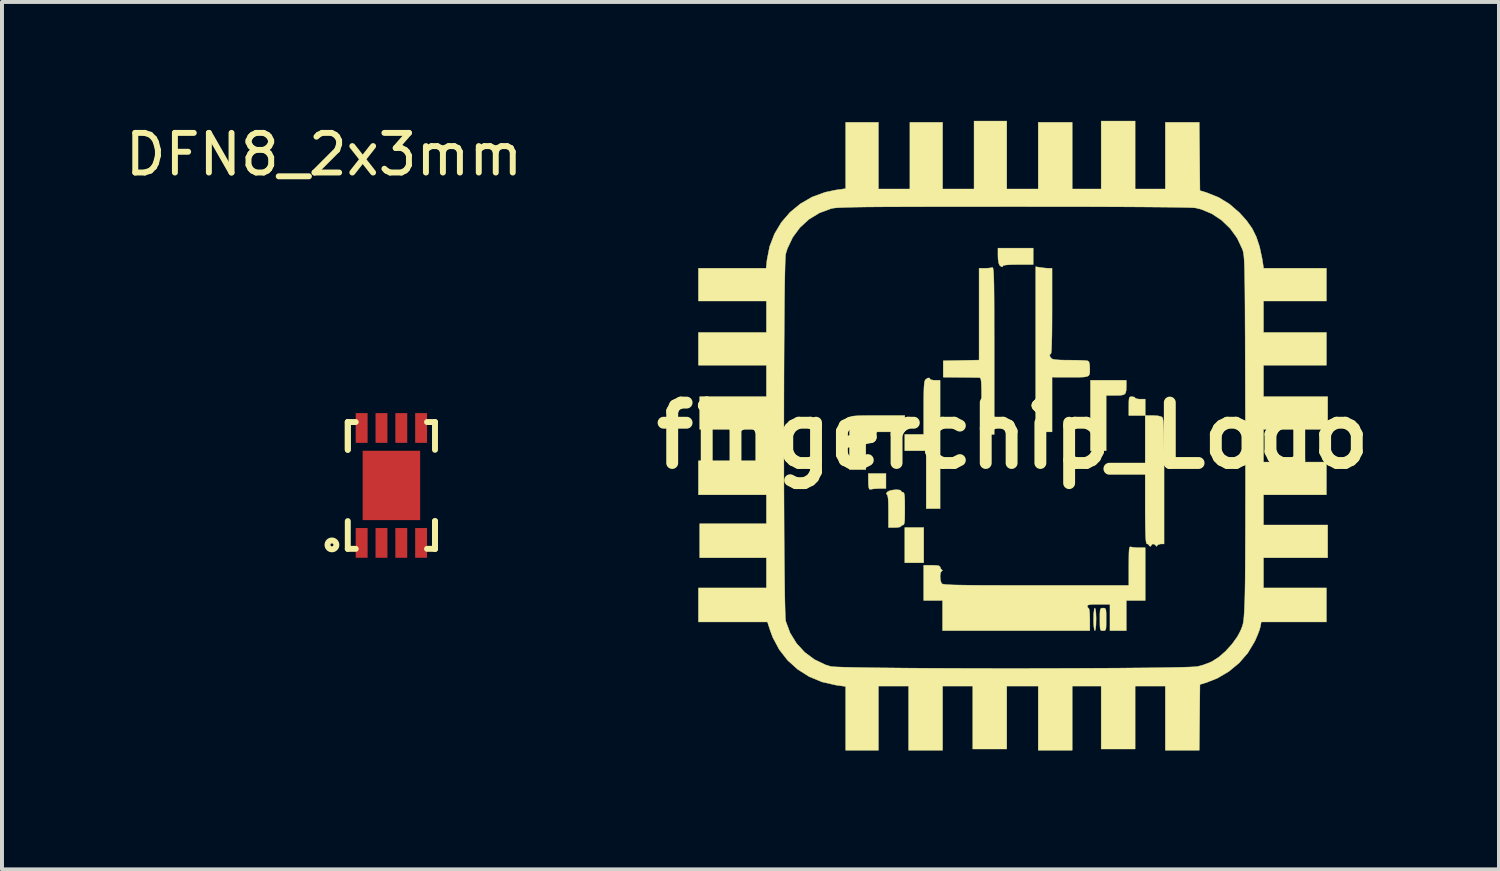
<source format=kicad_pcb>
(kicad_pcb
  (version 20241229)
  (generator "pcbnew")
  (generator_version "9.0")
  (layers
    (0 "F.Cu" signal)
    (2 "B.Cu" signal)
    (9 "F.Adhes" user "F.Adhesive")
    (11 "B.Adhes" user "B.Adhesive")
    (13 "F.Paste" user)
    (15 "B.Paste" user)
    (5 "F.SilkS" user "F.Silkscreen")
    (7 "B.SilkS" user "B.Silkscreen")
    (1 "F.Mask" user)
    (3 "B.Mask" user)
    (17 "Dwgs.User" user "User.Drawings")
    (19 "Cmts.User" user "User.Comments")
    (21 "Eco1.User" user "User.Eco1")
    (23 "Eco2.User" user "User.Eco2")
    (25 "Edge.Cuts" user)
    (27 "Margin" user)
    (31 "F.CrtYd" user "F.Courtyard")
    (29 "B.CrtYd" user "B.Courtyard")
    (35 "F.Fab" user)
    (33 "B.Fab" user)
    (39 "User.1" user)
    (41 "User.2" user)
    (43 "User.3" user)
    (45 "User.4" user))
  (footprint "DFN8_2x3mm"
    (layer "F.Cu")
    (at 6.825 9.198)
    (property "Reference" "DFN8_2x3mm" (at -1.7 -8.35 0) (layer "F.SilkS") (effects (font (size 1 1) (thickness 0.15))))
    (attr through_hole)
    (fp_line (start -1.1 -1.6) (end -1.1 -0.9) (stroke (width 0.15) (type solid)) (layer "F.SilkS"))
    (fp_line (start -1.1 -1.6) (end -1.1 -0.9) (stroke (width 0.15) (type solid)) (layer "F.SilkS"))
    (fp_line (start -1.1 -1.6) (end -0.9 -1.6) (stroke (width 0.15) (type solid)) (layer "F.SilkS"))
    (fp_line (start -1.1 0.9) (end -1.1 1.6) (stroke (width 0.15) (type solid)) (layer "F.SilkS"))
    (fp_line (start -1.1 1.6) (end -0.9 1.6) (stroke (width 0.15) (type solid)) (layer "F.SilkS"))
    (fp_line (start 1.1 -1.6) (end 0.9 -1.6) (stroke (width 0.15) (type solid)) (layer "F.SilkS"))
    (fp_line (start 1.1 -0.9) (end 1.1 -1.6) (stroke (width 0.15) (type solid)) (layer "F.SilkS"))
    (fp_line (start 1.1 1.6) (end 0.9 1.6) (stroke (width 0.15) (type solid)) (layer "F.SilkS"))
    (fp_line (start 1.1 1.6) (end 1.1 0.9) (stroke (width 0.15) (type solid)) (layer "F.SilkS"))
    (fp_line (start 1.1 1.6) (end 1.1 0.9) (stroke (width 0.15) (type solid)) (layer "F.SilkS"))
    (fp_circle (center -1.5 1.5) (end -1.6 1.45) (stroke (width 0.15) (type solid)) (fill no) (layer "F.SilkS"))
    (pad "1" smd rect (at -0.75 1.45) (size 0.3 0.75) (layers "F.Cu" "F.Mask" "F.Paste"))
    (pad "2" smd rect (at -0.25 1.45) (size 0.3 0.75) (layers "F.Cu" "F.Mask" "F.Paste"))
    (pad "3" smd rect (at 0.25 1.45) (size 0.3 0.75) (layers "F.Cu" "F.Mask" "F.Paste"))
    (pad "4" smd rect (at 0.75 1.45) (size 0.3 0.75) (layers "F.Cu" "F.Mask" "F.Paste"))
    (pad "5" smd rect (at 0.75 -1.45) (size 0.3 0.75) (layers "F.Cu" "F.Mask" "F.Paste"))
    (pad "6" smd rect (at 0.25 -1.45) (size 0.3 0.75) (layers "F.Cu" "F.Mask" "F.Paste"))
    (pad "7" smd rect (at -0.25 -1.45) (size 0.3 0.75) (layers "F.Cu" "F.Mask" "F.Paste"))
    (pad "8" smd rect (at -0.75 -1.45) (size 0.3 0.75) (layers "F.Cu" "F.Mask" "F.Paste"))
    (pad "EP" smd rect (at 0 0) (size 1.45 1.75) (layers "F.Cu" "F.Mask" "F.Paste")))
  (footprint "fingerchip_Logo"
    (layer "F.Cu")
    (at 22.51 7.942)
    (property "Reference" "fingerchip_Logo" (at 0 0 0) (layer "F.SilkS") (effects (font (size 1.524 1.524) (thickness 0.3))))
    (attr through_hole)
    (fp_poly (pts (xy -2.254 3.207) (xy -2.731 3.207) (xy -2.731 2.318) (xy -2.254 2.318) (xy -2.254 3.207)) (stroke (width 0.01) (type solid)) (fill yes) (layer "F.SilkS"))
    (fp_poly (pts (xy 2.857 -1.257) (xy 2.854 -1.141) (xy 2.836 -1.07) (xy 2.791 -1.032) (xy 2.707 -1.018) (xy 2.584 -1.016) (xy 2.349 -1.016) (xy 2.349 0.381) (xy 1.953 0.381) (xy 1.953 -1.397) (xy 2.857 -1.397) (xy 2.857 -1.257)) (stroke (width 0.01) (type solid)) (fill yes) (layer "F.SilkS"))
    (fp_poly (pts (xy -3.207 1.333) (xy -3.363 1.333) (xy -3.464 1.337) (xy -3.541 1.345) (xy -3.563 1.35) (xy -3.616 1.353) (xy -3.629 1.345) (xy -3.641 1.304) (xy -3.649 1.219) (xy -3.651 1.138) (xy -3.651 0.953) (xy -3.207 0.953) (xy -3.207 1.333)) (stroke (width 0.01) (type solid)) (fill yes) (layer "F.SilkS"))
    (fp_poly (pts (xy 0.508 -4.318) (xy 0.127 -4.318) (xy -0.04 -4.315) (xy -0.164 -4.308) (xy -0.237 -4.297) (xy -0.254 -4.286) (xy -0.271 -4.257) (xy -0.314 -4.276) (xy -0.341 -4.302) (xy -0.363 -4.358) (xy -0.378 -4.456) (xy -0.381 -4.539) (xy -0.381 -4.731) (xy 0.508 -4.731) (xy 0.508 -4.318)) (stroke (width 0.01) (type solid)) (fill yes) (layer "F.SilkS"))
    (fp_poly (pts (xy 3.06 -0.973) (xy 3.08 -0.953) (xy 3.108 -0.933) (xy 3.178 -0.922) (xy 3.207 -0.921) (xy 3.334 -0.921) (xy 3.334 -0.508) (xy 2.921 -0.508) (xy 2.921 -0.746) (xy 2.922 -0.867) (xy 2.928 -0.938) (xy 2.943 -0.972) (xy 2.972 -0.983) (xy 3 -0.984) (xy 3.06 -0.973)) (stroke (width 0.01) (type solid)) (fill yes) (layer "F.SilkS"))
    (fp_poly (pts (xy 2.079 4.38) (xy 2.09 4.463) (xy 2.095 4.588) (xy 2.095 4.636) (xy 2.092 4.772) (xy 2.083 4.87) (xy 2.069 4.918) (xy 2.064 4.921) (xy 2.049 4.891) (xy 2.038 4.808) (xy 2.032 4.683) (xy 2.032 4.636) (xy 2.035 4.499) (xy 2.045 4.401) (xy 2.058 4.353) (xy 2.064 4.35) (xy 2.079 4.38)) (stroke (width 0.01) (type solid)) (fill yes) (layer "F.SilkS"))
    (fp_poly (pts (xy -2.731 -0.095) (xy -3.715 -0.095) (xy -3.715 0.857) (xy -4.128 0.857) (xy -4.128 0.225) (xy -4.127 0.028) (xy -4.124 -0.149) (xy -4.12 -0.295) (xy -4.115 -0.401) (xy -4.109 -0.455) (xy -4.108 -0.458) (xy -4.095 -0.475) (xy -4.064 -0.487) (xy -4.008 -0.496) (xy -3.919 -0.502) (xy -3.789 -0.506) (xy -3.609 -0.508) (xy -3.41 -0.508) (xy -2.731 -0.508) (xy -2.731 -0.095)) (stroke (width 0.01) (type solid)) (fill yes) (layer "F.SilkS"))
    (fp_poly (pts (xy -2.095 -1.429) (xy -2.067 -1.409) (xy -1.997 -1.398) (xy -1.968 -1.397) (xy -1.841 -1.397) (xy -1.841 1.841) (xy -2.191 1.841) (xy -2.191 0.381) (xy -2.731 0.381) (xy -2.731 -0.032) (xy -2.254 -0.032) (xy -2.254 -0.701) (xy -2.253 -0.934) (xy -2.251 -1.11) (xy -2.246 -1.239) (xy -2.238 -1.327) (xy -2.226 -1.383) (xy -2.211 -1.413) (xy -2.209 -1.415) (xy -2.152 -1.454) (xy -2.108 -1.455) (xy -2.095 -1.429)) (stroke (width 0.01) (type solid)) (fill yes) (layer "F.SilkS"))
    (fp_poly (pts (xy 2.308 4.352) (xy 2.331 4.367) (xy 2.344 4.407) (xy 2.349 4.484) (xy 2.349 4.61) (xy 2.349 4.636) (xy 2.349 4.771) (xy 2.345 4.855) (xy 2.334 4.9) (xy 2.312 4.918) (xy 2.277 4.921) (xy 2.27 4.921) (xy 2.233 4.919) (xy 2.209 4.904) (xy 2.197 4.864) (xy 2.192 4.787) (xy 2.191 4.661) (xy 2.191 4.636) (xy 2.191 4.5) (xy 2.196 4.416) (xy 2.207 4.371) (xy 2.228 4.353) (xy 2.263 4.35) (xy 2.27 4.35) (xy 2.308 4.352)) (stroke (width 0.01) (type solid)) (fill yes) (layer "F.SilkS"))
    (fp_poly (pts (xy -2.868 1.37) (xy -2.828 1.389) (xy -2.826 1.397) (xy -2.8 1.425) (xy -2.778 1.429) (xy -2.758 1.438) (xy -2.745 1.472) (xy -2.736 1.54) (xy -2.732 1.651) (xy -2.731 1.815) (xy -2.731 1.841) (xy -2.732 2.013) (xy -2.735 2.131) (xy -2.743 2.204) (xy -2.756 2.242) (xy -2.775 2.254) (xy -2.778 2.254) (xy -2.82 2.271) (xy -2.826 2.286) (xy -2.854 2.304) (xy -2.927 2.316) (xy -2.985 2.318) (xy -3.143 2.318) (xy -3.143 1.908) (xy -3.145 1.723) (xy -3.151 1.596) (xy -3.163 1.519) (xy -3.179 1.486) (xy -3.183 1.484) (xy -3.201 1.461) (xy -3.169 1.418) (xy -3.115 1.39) (xy -3.033 1.371) (xy -2.944 1.364) (xy -2.868 1.37)) (stroke (width 0.01) (type solid)) (fill yes) (layer "F.SilkS"))
    (fp_poly (pts (xy -0.516 -4.241) (xy -0.508 -4.229) (xy -0.501 -4.199) (xy -0.495 -4.148) (xy -0.49 -4.072) (xy -0.486 -3.967) (xy -0.482 -3.827) (xy -0.48 -3.648) (xy -0.478 -3.427) (xy -0.477 -3.159) (xy -0.477 -2.839) (xy -0.476 -2.463) (xy -0.476 -2.147) (xy -0.476 -0.032) (xy -0.794 -0.032) (xy -0.794 -0.746) (xy -0.794 -0.978) (xy -0.795 -1.153) (xy -0.799 -1.281) (xy -0.804 -1.368) (xy -0.812 -1.422) (xy -0.824 -1.451) (xy -0.839 -1.463) (xy -0.849 -1.465) (xy -0.901 -1.466) (xy -1.002 -1.468) (xy -1.139 -1.47) (xy -1.299 -1.472) (xy -1.333 -1.472) (xy -1.762 -1.476) (xy -1.762 -1.889) (xy -1.31 -1.898) (xy -0.857 -1.907) (xy -0.857 -4.223) (xy -0.717 -4.223) (xy -0.619 -4.227) (xy -0.542 -4.238) (xy -0.526 -4.242) (xy -0.516 -4.241)) (stroke (width 0.01) (type solid)) (fill yes) (layer "F.SilkS"))
    (fp_poly (pts (xy 0.691 -4.243) (xy 0.796 -4.23) (xy 0.891 -4.223) (xy 0.897 -4.223) (xy 0.984 -4.223) (xy 0.984 -3.143) (xy 0.983 -2.821) (xy 0.981 -2.553) (xy 0.976 -2.342) (xy 0.97 -2.188) (xy 0.962 -2.095) (xy 0.953 -2.064) (xy 0.953 -2.064) (xy 0.923 -2.043) (xy 0.933 -1.994) (xy 0.966 -1.95) (xy 1.002 -1.93) (xy 1.07 -1.917) (xy 1.179 -1.909) (xy 1.338 -1.905) (xy 1.424 -1.905) (xy 1.583 -1.904) (xy 1.722 -1.9) (xy 1.827 -1.894) (xy 1.883 -1.887) (xy 1.887 -1.886) (xy 1.917 -1.856) (xy 1.933 -1.787) (xy 1.937 -1.683) (xy 1.936 -1.608) (xy 1.93 -1.553) (xy 1.908 -1.515) (xy 1.862 -1.492) (xy 1.784 -1.479) (xy 1.665 -1.475) (xy 1.496 -1.474) (xy 1.373 -1.475) (xy 0.984 -1.476) (xy 0.984 -0.786) (xy 0.984 -0.095) (xy 0.572 -0.095) (xy 0.572 -4.263) (xy 0.691 -4.243)) (stroke (width 0.01) (type solid)) (fill yes) (layer "F.SilkS"))
    (fp_poly (pts (xy 3.665 -0.499) (xy 3.75 -0.474) (xy 3.765 -0.463) (xy 3.775 -0.444) (xy 3.784 -0.407) (xy 3.791 -0.346) (xy 3.797 -0.258) (xy 3.802 -0.136) (xy 3.805 0.025) (xy 3.807 0.228) (xy 3.809 0.48) (xy 3.81 0.786) (xy 3.81 1.149) (xy 3.81 1.157) (xy 3.81 2.731) (xy 3.733 2.731) (xy 3.667 2.745) (xy 3.638 2.77) (xy 3.617 2.794) (xy 3.601 2.77) (xy 3.564 2.738) (xy 3.518 2.733) (xy 3.493 2.759) (xy 3.493 2.762) (xy 3.468 2.793) (xy 3.461 2.794) (xy 3.43 2.77) (xy 3.429 2.762) (xy 3.403 2.734) (xy 3.381 2.731) (xy 3.371 2.724) (xy 3.362 2.703) (xy 3.354 2.661) (xy 3.348 2.594) (xy 3.343 2.496) (xy 3.34 2.364) (xy 3.337 2.191) (xy 3.335 1.973) (xy 3.334 1.705) (xy 3.334 1.382) (xy 3.334 1.111) (xy 3.334 -0.508) (xy 3.527 -0.508) (xy 3.665 -0.499)) (stroke (width 0.01) (type solid)) (fill yes) (layer "F.SilkS"))
    (fp_poly (pts (xy 2.971 2.806) (xy 2.971 2.806) (xy 3.032 2.818) (xy 3.127 2.825) (xy 3.178 2.826) (xy 3.334 2.826) (xy 3.334 4.159) (xy 2.857 4.159) (xy 2.857 4.921) (xy 2.445 4.921) (xy 2.445 4.255) (xy 2.159 4.255) (xy 2.02 4.256) (xy 1.933 4.263) (xy 1.888 4.277) (xy 1.873 4.299) (xy 1.873 4.302) (xy 1.89 4.344) (xy 1.905 4.35) (xy 1.92 4.38) (xy 1.931 4.463) (xy 1.936 4.588) (xy 1.937 4.636) (xy 1.937 4.921) (xy -1.778 4.921) (xy -1.778 4.159) (xy -2.254 4.159) (xy -2.254 3.27) (xy -2.048 3.27) (xy -1.93 3.274) (xy -1.865 3.286) (xy -1.842 3.309) (xy -1.841 3.315) (xy -1.817 3.368) (xy -1.802 3.379) (xy -1.778 3.4) (xy -1.802 3.416) (xy -1.829 3.459) (xy -1.84 3.538) (xy -1.835 3.629) (xy -1.814 3.706) (xy -1.796 3.733) (xy -1.78 3.742) (xy -1.747 3.749) (xy -1.693 3.756) (xy -1.614 3.761) (xy -1.506 3.766) (xy -1.365 3.769) (xy -1.187 3.772) (xy -0.967 3.775) (xy -0.702 3.776) (xy -0.387 3.777) (xy -0.018 3.778) (xy 0.408 3.778) (xy 0.585 3.778) (xy 2.921 3.778) (xy 2.921 3.283) (xy 2.922 3.095) (xy 2.924 2.961) (xy 2.929 2.875) (xy 2.938 2.825) (xy 2.952 2.806) (xy 2.971 2.806)) (stroke (width 0.01) (type solid)) (fill yes) (layer "F.SilkS"))
    (fp_poly (pts (xy -0.159 -6.223) (xy 0.635 -6.223) (xy 0.635 -7.906) (xy 1.492 -7.906) (xy 1.492 -6.223) (xy 2.223 -6.223) (xy 2.223 -7.938) (xy 3.08 -7.938) (xy 3.08 -6.223) (xy 3.842 -6.223) (xy 3.842 -7.906) (xy 4.698 -7.906) (xy 4.715 -6.184) (xy 4.89 -6.13) (xy 5.187 -6.011) (xy 5.457 -5.846) (xy 5.713 -5.625) (xy 5.72 -5.617) (xy 5.894 -5.424) (xy 6.032 -5.228) (xy 6.138 -5.014) (xy 6.219 -4.769) (xy 6.281 -4.481) (xy 6.304 -4.342) (xy 6.321 -4.223) (xy 7.906 -4.223) (xy 7.906 -3.397) (xy 6.318 -3.397) (xy 6.318 -2.603) (xy 7.906 -2.603) (xy 7.906 -1.778) (xy 6.318 -1.778) (xy 6.318 -0.984) (xy 7.938 -0.984) (xy 7.938 -0.159) (xy 6.318 -0.159) (xy 6.318 0.667) (xy 7.906 0.667) (xy 7.906 1.492) (xy 6.318 1.492) (xy 6.318 2.254) (xy 7.938 2.254) (xy 7.938 3.08) (xy 6.318 3.08) (xy 6.318 3.842) (xy 7.906 3.842) (xy 7.906 4.699) (xy 6.262 4.699) (xy 6.24 4.818) (xy 6.217 4.901) (xy 6.172 5.019) (xy 6.115 5.153) (xy 6.091 5.203) (xy 5.923 5.482) (xy 5.705 5.734) (xy 5.445 5.949) (xy 5.155 6.12) (xy 4.89 6.225) (xy 4.715 6.279) (xy 4.698 7.938) (xy 3.842 7.938) (xy 3.842 6.318) (xy 3.08 6.318) (xy 3.08 7.906) (xy 2.223 7.906) (xy 2.223 6.318) (xy 1.492 6.318) (xy 1.492 7.938) (xy 0.635 7.938) (xy 0.635 6.318) (xy -0.159 6.318) (xy -0.159 7.906) (xy -1.016 7.906) (xy -1.016 6.318) (xy -1.778 6.318) (xy -1.778 7.938) (xy -2.635 7.938) (xy -2.635 6.318) (xy -3.397 6.318) (xy -3.397 7.938) (xy -4.223 7.938) (xy -4.223 6.328) (xy -4.472 6.293) (xy -4.822 6.213) (xy -5.145 6.079) (xy -5.436 5.895) (xy -5.689 5.666) (xy -5.9 5.395) (xy -6.063 5.088) (xy -6.128 4.913) (xy -6.197 4.699) (xy -7.938 4.699) (xy -7.938 3.842) (xy -6.223 3.842) (xy -6.223 3.08) (xy -7.906 3.08) (xy -7.906 2.223) (xy -6.223 2.223) (xy -6.223 1.492) (xy -7.938 1.492) (xy -7.938 0.635) (xy -6.223 0.635) (xy -6.223 -0.06) (xy -5.782 -0.06) (xy -5.782 0.416) (xy -5.782 0.888) (xy -5.781 1.353) (xy -5.779 1.805) (xy -5.777 2.241) (xy -5.775 2.655) (xy -5.772 3.043) (xy -5.768 3.401) (xy -5.764 3.725) (xy -5.76 4.009) (xy -5.755 4.25) (xy -5.75 4.442) (xy -5.745 4.582) (xy -5.738 4.665) (xy -5.735 4.683) (xy -5.626 4.976) (xy -5.464 5.239) (xy -5.257 5.465) (xy -5.011 5.648) (xy -4.732 5.782) (xy -4.6 5.823) (xy -4.543 5.83) (xy -4.426 5.836) (xy -4.255 5.842) (xy -4.034 5.847) (xy -3.767 5.852) (xy -3.459 5.857) (xy -3.114 5.86) (xy -2.738 5.864) (xy -2.333 5.867) (xy -1.906 5.869) (xy -1.46 5.871) (xy -0.999 5.872) (xy -0.529 5.873) (xy -0.053 5.873) (xy 0.423 5.873) (xy 0.896 5.872) (xy 1.36 5.871) (xy 1.812 5.869) (xy 2.246 5.867) (xy 2.659 5.865) (xy 3.046 5.861) (xy 3.403 5.858) (xy 3.724 5.854) (xy 4.006 5.849) (xy 4.244 5.844) (xy 4.433 5.838) (xy 4.57 5.832) (xy 4.649 5.825) (xy 4.66 5.823) (xy 4.801 5.784) (xy 4.947 5.73) (xy 5.025 5.695) (xy 5.193 5.586) (xy 5.366 5.435) (xy 5.526 5.258) (xy 5.659 5.073) (xy 5.716 4.969) (xy 5.753 4.89) (xy 5.78 4.822) (xy 5.801 4.753) (xy 5.815 4.673) (xy 5.826 4.568) (xy 5.835 4.429) (xy 5.843 4.242) (xy 5.847 4.143) (xy 5.85 4.035) (xy 5.853 3.868) (xy 5.856 3.646) (xy 5.858 3.375) (xy 5.86 3.058) (xy 5.861 2.701) (xy 5.863 2.307) (xy 5.863 1.882) (xy 5.864 1.43) (xy 5.864 0.956) (xy 5.864 0.463) (xy 5.863 -0.043) (xy 5.862 -0.492) (xy 5.86 -1.081) (xy 5.859 -1.609) (xy 5.857 -2.081) (xy 5.856 -2.5) (xy 5.854 -2.869) (xy 5.853 -3.191) (xy 5.851 -3.47) (xy 5.849 -3.709) (xy 5.846 -3.913) (xy 5.843 -4.083) (xy 5.84 -4.224) (xy 5.836 -4.339) (xy 5.831 -4.431) (xy 5.826 -4.504) (xy 5.82 -4.561) (xy 5.813 -4.606) (xy 5.806 -4.641) (xy 5.798 -4.671) (xy 5.788 -4.699) (xy 5.784 -4.71) (xy 5.655 -4.984) (xy 5.478 -5.228) (xy 5.262 -5.436) (xy 5.015 -5.6) (xy 4.746 -5.712) (xy 4.607 -5.746) (xy 4.548 -5.751) (xy 4.425 -5.756) (xy 4.241 -5.76) (xy 3.996 -5.764) (xy 3.69 -5.767) (xy 3.325 -5.77) (xy 2.902 -5.773) (xy 2.42 -5.775) (xy 1.882 -5.777) (xy 1.287 -5.778) (xy 0.638 -5.778) (xy 0.018 -5.779) (xy -0.608 -5.778) (xy -1.175 -5.778) (xy -1.684 -5.778) (xy -2.139 -5.777) (xy -2.543 -5.776) (xy -2.899 -5.775) (xy -3.211 -5.774) (xy -3.481 -5.772) (xy -3.713 -5.77) (xy -3.91 -5.767) (xy -4.074 -5.764) (xy -4.21 -5.76) (xy -4.321 -5.756) (xy -4.408 -5.752) (xy -4.477 -5.747) (xy -4.529 -5.741) (xy -4.567 -5.734) (xy -4.587 -5.73) (xy -4.883 -5.621) (xy -5.148 -5.46) (xy -5.375 -5.253) (xy -5.559 -5.005) (xy -5.693 -4.723) (xy -5.735 -4.588) (xy -5.742 -4.532) (xy -5.748 -4.417) (xy -5.753 -4.248) (xy -5.758 -4.029) (xy -5.763 -3.764) (xy -5.767 -3.457) (xy -5.77 -3.114) (xy -5.773 -2.739) (xy -5.776 -2.336) (xy -5.778 -1.91) (xy -5.78 -1.465) (xy -5.781 -1.005) (xy -5.782 -0.535) (xy -5.782 -0.06) (xy -6.223 -0.06) (xy -6.223 -0.159) (xy -7.906 -0.159) (xy -7.906 -0.984) (xy -6.223 -0.984) (xy -6.223 -1.778) (xy -7.938 -1.778) (xy -7.938 -2.603) (xy -6.223 -2.603) (xy -6.223 -3.397) (xy -7.938 -3.397) (xy -7.938 -4.223) (xy -6.23 -4.223) (xy -6.208 -4.433) (xy -6.141 -4.775) (xy -6.018 -5.093) (xy -5.845 -5.382) (xy -5.626 -5.636) (xy -5.366 -5.85) (xy -5.07 -6.021) (xy -4.743 -6.141) (xy -4.472 -6.198) (xy -4.223 -6.233) (xy -4.223 -7.906) (xy -3.397 -7.906) (xy -3.397 -6.223) (xy -2.603 -6.223) (xy -2.603 -7.906) (xy -1.778 -7.906) (xy -1.778 -6.223) (xy -0.984 -6.223) (xy -0.984 -7.938) (xy -0.159 -7.938) (xy -0.159 -6.223)) (stroke (width 0.01) (type solid)) (fill yes) (layer "F.SilkS")))
  (gr_rect
    (start -3 -3)
    (end 34.77 18.885)
    (stroke (width 0.1) (type default))
    (fill no)
    (layer "Edge.Cuts")))
</source>
